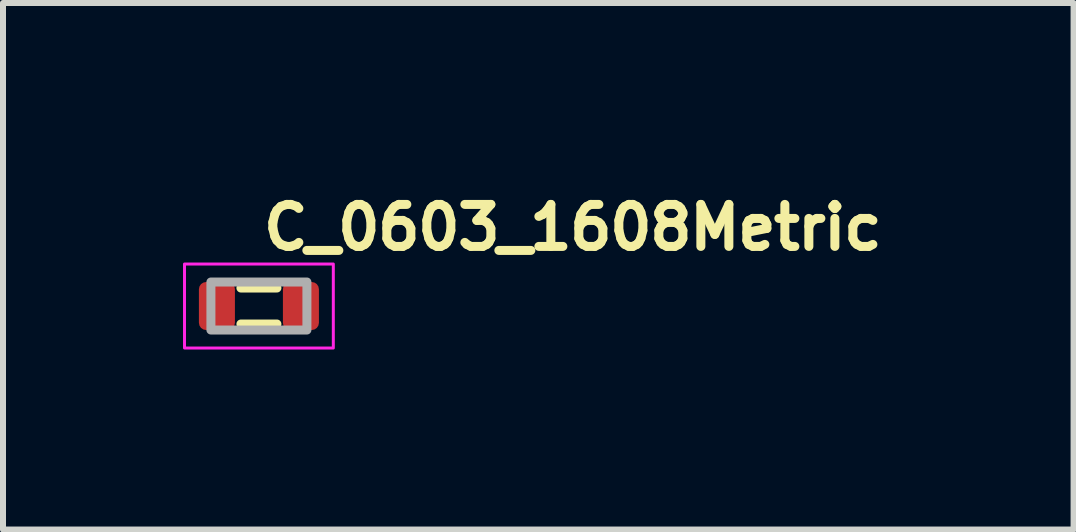
<source format=kicad_pcb>
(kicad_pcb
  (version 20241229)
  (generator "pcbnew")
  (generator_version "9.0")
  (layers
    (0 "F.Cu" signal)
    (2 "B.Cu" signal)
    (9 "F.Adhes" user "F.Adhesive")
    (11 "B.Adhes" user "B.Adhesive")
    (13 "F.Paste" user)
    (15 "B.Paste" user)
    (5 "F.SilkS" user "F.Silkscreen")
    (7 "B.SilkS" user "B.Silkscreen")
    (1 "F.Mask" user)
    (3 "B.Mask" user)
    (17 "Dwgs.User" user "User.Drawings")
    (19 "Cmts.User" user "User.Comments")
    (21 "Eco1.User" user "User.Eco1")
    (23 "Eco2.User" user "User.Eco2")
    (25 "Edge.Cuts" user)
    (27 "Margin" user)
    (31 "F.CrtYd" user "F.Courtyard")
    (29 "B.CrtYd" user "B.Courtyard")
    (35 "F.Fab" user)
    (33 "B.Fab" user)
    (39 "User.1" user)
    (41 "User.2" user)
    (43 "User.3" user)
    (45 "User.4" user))
  (footprint "C_0603_1608Metric"
    (layer "F.Cu")
    (at 1.265 2.05)
    (property "Reference" "C_0603_1608Metric" (at 0 -0.9 0) (layer "F.SilkS") (effects (font (size 0.7 0.7) (thickness 0.15)) (justify left bottom)))
    (attr smd)
    (fp_line (start -0.3 -0.3) (end 0.3 -0.3) (stroke (width 0.15) (type solid)) (layer "F.SilkS"))
    (fp_line (start -0.3 0.3) (end 0.3 0.3) (stroke (width 0.15) (type solid)) (layer "F.SilkS"))
    (fp_rect (start -1.24 -0.7) (end 1.24 0.7) (stroke (width 0.05) (type solid)) (fill no) (layer "F.CrtYd"))
    (fp_rect (start -0.8 -0.4) (end 0.8 0.4) (stroke (width 0.15) (type solid)) (fill no) (layer "F.Fab"))
    (fp_rect (start -0.8 -0.45) (end 0.8 0.45) (stroke (width 0.1) (type solid)) (fill no) (layer "User.5"))
    (fp_line (start -0.801 -0.434) (end -0.801 -0.434) (stroke (width 0.02) (type solid)) (layer "User.9"))
    (fp_line (start -0.801 -0.434) (end -0.801 0.432) (stroke (width 0.02) (type solid)) (layer "User.9"))
    (fp_line (start -0.801 -0.434) (end -0.8 -0.434) (stroke (width 0.02) (type solid)) (layer "User.9"))
    (fp_line (start -0.801 0.432) (end -0.801 0.432) (stroke (width 0.02) (type solid)) (layer "User.9"))
    (fp_line (start -0.801 0.432) (end -0.8 0.433) (stroke (width 0.02) (type solid)) (layer "User.9"))
    (fp_line (start -0.8 -0.44) (end -0.8 -0.439) (stroke (width 0.02) (type solid)) (layer "User.9"))
    (fp_line (start -0.8 -0.439) (end -0.8 -0.438) (stroke (width 0.02) (type solid)) (layer "User.9"))
    (fp_line (start -0.8 -0.438) (end -0.8 -0.438) (stroke (width 0.02) (type solid)) (layer "User.9"))
    (fp_line (start -0.8 -0.438) (end -0.8 -0.437) (stroke (width 0.02) (type solid)) (layer "User.9"))
    (fp_line (start -0.8 -0.437) (end -0.8 -0.436) (stroke (width 0.02) (type solid)) (layer "User.9"))
    (fp_line (start -0.8 -0.436) (end -0.8 -0.435) (stroke (width 0.02) (type solid)) (layer "User.9"))
    (fp_line (start -0.8 -0.435) (end -0.801 -0.434) (stroke (width 0.02) (type solid)) (layer "User.9"))
    (fp_line (start -0.8 -0.434) (end -0.8 -0.433) (stroke (width 0.02) (type solid)) (layer "User.9"))
    (fp_line (start -0.8 -0.433) (end -0.8 -0.432) (stroke (width 0.02) (type solid)) (layer "User.9"))
    (fp_line (start -0.8 -0.432) (end -0.8 -0.431) (stroke (width 0.02) (type solid)) (layer "User.9"))
    (fp_line (start -0.8 -0.431) (end -0.8 -0.431) (stroke (width 0.02) (type solid)) (layer "User.9"))
    (fp_line (start -0.8 -0.431) (end -0.8 -0.43) (stroke (width 0.02) (type solid)) (layer "User.9"))
    (fp_line (start -0.8 -0.43) (end -0.8 -0.429) (stroke (width 0.02) (type solid)) (layer "User.9"))
    (fp_line (start -0.8 -0.429) (end -0.799 -0.428) (stroke (width 0.02) (type solid)) (layer "User.9"))
    (fp_line (start -0.8 0.427) (end -0.8 0.428) (stroke (width 0.02) (type solid)) (layer "User.9"))
    (fp_line (start -0.8 0.428) (end -0.8 0.429) (stroke (width 0.02) (type solid)) (layer "User.9"))
    (fp_line (start -0.8 0.429) (end -0.8 0.429) (stroke (width 0.02) (type solid)) (layer "User.9"))
    (fp_line (start -0.8 0.429) (end -0.8 0.43) (stroke (width 0.02) (type solid)) (layer "User.9"))
    (fp_line (start -0.8 0.43) (end -0.8 0.431) (stroke (width 0.02) (type solid)) (layer "User.9"))
    (fp_line (start -0.8 0.431) (end -0.8 0.432) (stroke (width 0.02) (type solid)) (layer "User.9"))
    (fp_line (start -0.8 0.432) (end -0.801 0.432) (stroke (width 0.02) (type solid)) (layer "User.9"))
    (fp_line (start -0.8 0.433) (end -0.8 0.434) (stroke (width 0.02) (type solid)) (layer "User.9"))
    (fp_line (start -0.8 0.434) (end -0.8 0.435) (stroke (width 0.02) (type solid)) (layer "User.9"))
    (fp_line (start -0.8 0.435) (end -0.8 0.436) (stroke (width 0.02) (type solid)) (layer "User.9"))
    (fp_line (start -0.8 0.436) (end -0.8 0.436) (stroke (width 0.02) (type solid)) (layer "User.9"))
    (fp_line (start -0.8 0.436) (end -0.8 0.437) (stroke (width 0.02) (type solid)) (layer "User.9"))
    (fp_line (start -0.8 0.437) (end -0.8 0.438) (stroke (width 0.02) (type solid)) (layer "User.9"))
    (fp_line (start -0.8 0.438) (end -0.799 0.439) (stroke (width 0.02) (type solid)) (layer "User.9"))
    (fp_line (start -0.799 -0.442) (end -0.799 -0.441) (stroke (width 0.02) (type solid)) (layer "User.9"))
    (fp_line (start -0.799 -0.441) (end -0.8 -0.44) (stroke (width 0.02) (type solid)) (layer "User.9"))
    (fp_line (start -0.799 -0.441) (end -0.799 -0.441) (stroke (width 0.02) (type solid)) (layer "User.9"))
    (fp_line (start -0.799 -0.428) (end -0.799 -0.428) (stroke (width 0.02) (type solid)) (layer "User.9"))
    (fp_line (start -0.799 -0.428) (end -0.799 -0.427) (stroke (width 0.02) (type solid)) (layer "User.9"))
    (fp_line (start -0.799 -0.427) (end -0.798 -0.426) (stroke (width 0.02) (type solid)) (layer "User.9"))
    (fp_line (start -0.799 0.425) (end -0.799 0.426) (stroke (width 0.02) (type solid)) (layer "User.9"))
    (fp_line (start -0.799 0.426) (end -0.8 0.427) (stroke (width 0.02) (type solid)) (layer "User.9"))
    (fp_line (start -0.799 0.426) (end -0.799 0.426) (stroke (width 0.02) (type solid)) (layer "User.9"))
    (fp_line (start -0.799 0.439) (end -0.799 0.439) (stroke (width 0.02) (type solid)) (layer "User.9"))
    (fp_line (start -0.799 0.439) (end -0.799 0.44) (stroke (width 0.02) (type solid)) (layer "User.9"))
    (fp_line (start -0.799 0.44) (end -0.798 0.441) (stroke (width 0.02) (type solid)) (layer "User.9"))
    (fp_line (start -0.798 -0.443) (end -0.799 -0.442) (stroke (width 0.02) (type solid)) (layer "User.9"))
    (fp_line (start -0.798 -0.443) (end -0.798 -0.443) (stroke (width 0.02) (type solid)) (layer "User.9"))
    (fp_line (start -0.798 -0.426) (end -0.798 -0.426) (stroke (width 0.02) (type solid)) (layer "User.9"))
    (fp_line (start -0.798 -0.426) (end -0.797 -0.425) (stroke (width 0.02) (type solid)) (layer "User.9"))
    (fp_line (start -0.798 0.424) (end -0.799 0.425) (stroke (width 0.02) (type solid)) (layer "User.9"))
    (fp_line (start -0.798 0.424) (end -0.798 0.424) (stroke (width 0.02) (type solid)) (layer "User.9"))
    (fp_line (start -0.798 0.441) (end -0.798 0.441) (stroke (width 0.02) (type solid)) (layer "User.9"))
    (fp_line (start -0.798 0.441) (end -0.797 0.442) (stroke (width 0.02) (type solid)) (layer "User.9"))
    (fp_line (start -0.797 -0.445) (end -0.797 -0.444) (stroke (width 0.02) (type solid)) (layer "User.9"))
    (fp_line (start -0.797 -0.444) (end -0.798 -0.443) (stroke (width 0.02) (type solid)) (layer "User.9"))
    (fp_line (start -0.797 -0.425) (end -0.797 -0.424) (stroke (width 0.02) (type solid)) (layer "User.9"))
    (fp_line (start -0.797 -0.424) (end -0.796 -0.424) (stroke (width 0.02) (type solid)) (layer "User.9"))
    (fp_line (start -0.797 0.422) (end -0.797 0.423) (stroke (width 0.02) (type solid)) (layer "User.9"))
    (fp_line (start -0.797 0.423) (end -0.798 0.424) (stroke (width 0.02) (type solid)) (layer "User.9"))
    (fp_line (start -0.797 0.442) (end -0.797 0.443) (stroke (width 0.02) (type solid)) (layer "User.9"))
    (fp_line (start -0.797 0.443) (end -0.796 0.443) (stroke (width 0.02) (type solid)) (layer "User.9"))
    (fp_line (start -0.796 -0.446) (end -0.796 -0.445) (stroke (width 0.02) (type solid)) (layer "User.9"))
    (fp_line (start -0.796 -0.445) (end -0.797 -0.445) (stroke (width 0.02) (type solid)) (layer "User.9"))
    (fp_line (start -0.796 -0.424) (end -0.796 -0.423) (stroke (width 0.02) (type solid)) (layer "User.9"))
    (fp_line (start -0.796 -0.423) (end -0.795 -0.423) (stroke (width 0.02) (type solid)) (layer "User.9"))
    (fp_line (start -0.796 0.421) (end -0.796 0.422) (stroke (width 0.02) (type solid)) (layer "User.9"))
    (fp_line (start -0.796 0.422) (end -0.797 0.422) (stroke (width 0.02) (type solid)) (layer "User.9"))
    (fp_line (start -0.796 0.443) (end -0.796 0.444) (stroke (width 0.02) (type solid)) (layer "User.9"))
    (fp_line (start -0.796 0.444) (end -0.795 0.444) (stroke (width 0.02) (type solid)) (layer "User.9"))
    (fp_line (start -0.795 -0.447) (end -0.795 -0.446) (stroke (width 0.02) (type solid)) (layer "User.9"))
    (fp_line (start -0.795 -0.446) (end -0.796 -0.446) (stroke (width 0.02) (type solid)) (layer "User.9"))
    (fp_line (start -0.795 -0.423) (end -0.795 -0.422) (stroke (width 0.02) (type solid)) (layer "User.9"))
    (fp_line (start -0.795 -0.422) (end -0.794 -0.422) (stroke (width 0.02) (type solid)) (layer "User.9"))
    (fp_line (start -0.795 0.42) (end -0.795 0.421) (stroke (width 0.02) (type solid)) (layer "User.9"))
    (fp_line (start -0.795 0.421) (end -0.796 0.421) (stroke (width 0.02) (type solid)) (layer "User.9"))
    (fp_line (start -0.795 0.444) (end -0.795 0.445) (stroke (width 0.02) (type solid)) (layer "User.9"))
    (fp_line (start -0.795 0.445) (end -0.794 0.445) (stroke (width 0.02) (type solid)) (layer "User.9"))
    (fp_line (start -0.794 -0.447) (end -0.795 -0.447) (stroke (width 0.02) (type solid)) (layer "User.9"))
    (fp_line (start -0.794 -0.422) (end -0.793 -0.421) (stroke (width 0.02) (type solid)) (layer "User.9"))
    (fp_line (start -0.794 0.42) (end -0.795 0.42) (stroke (width 0.02) (type solid)) (layer "User.9"))
    (fp_line (start -0.794 0.445) (end -0.793 0.446) (stroke (width 0.02) (type solid)) (layer "User.9"))
    (fp_line (start -0.793 -0.448) (end -0.794 -0.447) (stroke (width 0.02) (type solid)) (layer "User.9"))
    (fp_line (start -0.793 -0.448) (end -0.793 -0.448) (stroke (width 0.02) (type solid)) (layer "User.9"))
    (fp_line (start -0.793 -0.421) (end -0.793 -0.421) (stroke (width 0.02) (type solid)) (layer "User.9"))
    (fp_line (start -0.793 -0.421) (end -0.792 -0.42) (stroke (width 0.02) (type solid)) (layer "User.9"))
    (fp_line (start -0.793 0.419) (end -0.794 0.42) (stroke (width 0.02) (type solid)) (layer "User.9"))
    (fp_line (start -0.793 0.419) (end -0.793 0.419) (stroke (width 0.02) (type solid)) (layer "User.9"))
    (fp_line (start -0.793 0.446) (end -0.793 0.446) (stroke (width 0.02) (type solid)) (layer "User.9"))
    (fp_line (start -0.793 0.446) (end -0.792 0.448) (stroke (width 0.02) (type solid)) (layer "User.9"))
    (fp_line (start -0.792 -0.45) (end -0.793 -0.448) (stroke (width 0.02) (type solid)) (layer "User.9"))
    (fp_line (start -0.792 -0.42) (end -0.791 -0.42) (stroke (width 0.02) (type solid)) (layer "User.9"))
    (fp_line (start -0.792 0.418) (end -0.793 0.419) (stroke (width 0.02) (type solid)) (layer "User.9"))
    (fp_line (start -0.792 0.448) (end -0.791 0.448) (stroke (width 0.02) (type solid)) (layer "User.9"))
    (fp_line (start -0.791 -0.45) (end -0.792 -0.45) (stroke (width 0.02) (type solid)) (layer "User.9"))
    (fp_line (start -0.791 -0.45) (end -0.791 -0.45) (stroke (width 0.02) (type solid)) (layer "User.9"))
    (fp_line (start -0.791 -0.42) (end -0.791 -0.42) (stroke (width 0.02) (type solid)) (layer "User.9"))
    (fp_line (start -0.791 -0.42) (end -0.79 -0.419) (stroke (width 0.02) (type solid)) (layer "User.9"))
    (fp_line (start -0.791 0.418) (end -0.792 0.418) (stroke (width 0.02) (type solid)) (layer "User.9"))
    (fp_line (start -0.791 0.418) (end -0.791 0.418) (stroke (width 0.02) (type solid)) (layer "User.9"))
    (fp_line (start -0.791 0.448) (end -0.791 0.448) (stroke (width 0.02) (type solid)) (layer "User.9"))
    (fp_line (start -0.791 0.448) (end -0.79 0.449) (stroke (width 0.02) (type solid)) (layer "User.9"))
    (fp_line (start -0.79 -0.451) (end -0.791 -0.45) (stroke (width 0.02) (type solid)) (layer "User.9"))
    (fp_line (start -0.79 -0.419) (end -0.789 -0.419) (stroke (width 0.02) (type solid)) (layer "User.9"))
    (fp_line (start -0.79 0.417) (end -0.791 0.418) (stroke (width 0.02) (type solid)) (layer "User.9"))
    (fp_line (start -0.79 0.449) (end -0.789 0.449) (stroke (width 0.02) (type solid)) (layer "User.9"))
    (fp_line (start -0.789 -0.451) (end -0.79 -0.451) (stroke (width 0.02) (type solid)) (layer "User.9"))
    (fp_line (start -0.789 -0.419) (end -0.788 -0.419) (stroke (width 0.02) (type solid)) (layer "User.9"))
    (fp_line (start -0.789 0.417) (end -0.79 0.417) (stroke (width 0.02) (type solid)) (layer "User.9"))
    (fp_line (start -0.789 0.449) (end -0.788 0.449) (stroke (width 0.02) (type solid)) (layer "User.9"))
    (fp_line (start -0.788 -0.451) (end -0.789 -0.451) (stroke (width 0.02) (type solid)) (layer "User.9"))
    (fp_line (start -0.788 -0.451) (end -0.788 -0.451) (stroke (width 0.02) (type solid)) (layer "User.9"))
    (fp_line (start -0.788 -0.419) (end -0.788 -0.419) (stroke (width 0.02) (type solid)) (layer "User.9"))
    (fp_line (start -0.788 -0.419) (end -0.787 -0.419) (stroke (width 0.02) (type solid)) (layer "User.9"))
    (fp_line (start -0.788 0.417) (end -0.789 0.417) (stroke (width 0.02) (type solid)) (layer "User.9"))
    (fp_line (start -0.788 0.417) (end -0.788 0.417) (stroke (width 0.02) (type solid)) (layer "User.9"))
    (fp_line (start -0.788 0.449) (end -0.788 0.449) (stroke (width 0.02) (type solid)) (layer "User.9"))
    (fp_line (start -0.788 0.449) (end -0.787 0.449) (stroke (width 0.02) (type solid)) (layer "User.9"))
    (fp_line (start -0.787 -0.451) (end -0.788 -0.451) (stroke (width 0.02) (type solid)) (layer "User.9"))
    (fp_line (start -0.787 -0.419) (end -0.786 -0.419) (stroke (width 0.02) (type solid)) (layer "User.9"))
    (fp_line (start -0.787 0.417) (end -0.788 0.417) (stroke (width 0.02) (type solid)) (layer "User.9"))
    (fp_line (start -0.787 0.449) (end -0.786 0.449) (stroke (width 0.02) (type solid)) (layer "User.9"))
    (fp_line (start -0.786 -0.451) (end -0.787 -0.451) (stroke (width 0.02) (type solid)) (layer "User.9"))
    (fp_line (start -0.786 -0.419) (end -0.785 -0.419) (stroke (width 0.02) (type solid)) (layer "User.9"))
    (fp_line (start -0.786 0.417) (end -0.787 0.417) (stroke (width 0.02) (type solid)) (layer "User.9"))
    (fp_line (start -0.786 0.449) (end -0.785 0.449) (stroke (width 0.02) (type solid)) (layer "User.9"))
    (fp_line (start -0.785 -0.452) (end -0.785 -0.452) (stroke (width 0.02) (type solid)) (layer "User.9"))
    (fp_line (start -0.785 -0.452) (end -0.785 -0.451) (stroke (width 0.02) (type solid)) (layer "User.9"))
    (fp_line (start -0.785 -0.451) (end -0.786 -0.451) (stroke (width 0.02) (type solid)) (layer "User.9"))
    (fp_line (start -0.785 -0.419) (end -0.785 -0.418) (stroke (width 0.02) (type solid)) (layer "User.9"))
    (fp_line (start -0.785 -0.418) (end -0.785 -0.418) (stroke (width 0.02) (type solid)) (layer "User.9"))
    (fp_line (start -0.785 -0.418) (end -0.784 -0.419) (stroke (width 0.02) (type solid)) (layer "User.9"))
    (fp_line (start -0.785 0.416) (end -0.785 0.416) (stroke (width 0.02) (type solid)) (layer "User.9"))
    (fp_line (start -0.785 0.416) (end -0.785 0.417) (stroke (width 0.02) (type solid)) (layer "User.9"))
    (fp_line (start -0.785 0.417) (end -0.786 0.417) (stroke (width 0.02) (type solid)) (layer "User.9"))
    (fp_line (start -0.785 0.449) (end -0.785 0.45) (stroke (width 0.02) (type solid)) (layer "User.9"))
    (fp_line (start -0.785 0.45) (end -0.785 0.45) (stroke (width 0.02) (type solid)) (layer "User.9"))
    (fp_line (start -0.785 0.45) (end -0.784 0.449) (stroke (width 0.02) (type solid)) (layer "User.9"))
    (fp_line (start -0.784 -0.451) (end -0.785 -0.452) (stroke (width 0.02) (type solid)) (layer "User.9"))
    (fp_line (start -0.784 -0.419) (end -0.783 -0.419) (stroke (width 0.02) (type solid)) (layer "User.9"))
    (fp_line (start -0.784 0.417) (end -0.785 0.416) (stroke (width 0.02) (type solid)) (layer "User.9"))
    (fp_line (start -0.784 0.449) (end -0.783 0.449) (stroke (width 0.02) (type solid)) (layer "User.9"))
    (fp_line (start -0.783 -0.451) (end -0.784 -0.451) (stroke (width 0.02) (type solid)) (layer "User.9"))
    (fp_line (start -0.783 -0.419) (end -0.782 -0.419) (stroke (width 0.02) (type solid)) (layer "User.9"))
    (fp_line (start -0.783 0.417) (end -0.784 0.417) (stroke (width 0.02) (type solid)) (layer "User.9"))
    (fp_line (start -0.783 0.449) (end -0.782 0.449) (stroke (width 0.02) (type solid)) (layer "User.9"))
    (fp_line (start -0.782 -0.451) (end -0.783 -0.451) (stroke (width 0.02) (type solid)) (layer "User.9"))
    (fp_line (start -0.782 -0.419) (end -0.781 -0.419) (stroke (width 0.02) (type solid)) (layer "User.9"))
    (fp_line (start -0.782 0.417) (end -0.783 0.417) (stroke (width 0.02) (type solid)) (layer "User.9"))
    (fp_line (start -0.782 0.449) (end -0.781 0.449) (stroke (width 0.02) (type solid)) (layer "User.9"))
    (fp_line (start -0.781 -0.451) (end -0.782 -0.451) (stroke (width 0.02) (type solid)) (layer "User.9"))
    (fp_line (start -0.781 -0.451) (end -0.781 -0.451) (stroke (width 0.02) (type solid)) (layer "User.9"))
    (fp_line (start -0.781 -0.419) (end -0.781 -0.419) (stroke (width 0.02) (type solid)) (layer "User.9"))
    (fp_line (start -0.781 -0.419) (end -0.78 -0.419) (stroke (width 0.02) (type solid)) (layer "User.9"))
    (fp_line (start -0.781 0.417) (end -0.782 0.417) (stroke (width 0.02) (type solid)) (layer "User.9"))
    (fp_line (start -0.781 0.417) (end -0.781 0.417) (stroke (width 0.02) (type solid)) (layer "User.9"))
    (fp_line (start -0.781 0.449) (end -0.781 0.449) (stroke (width 0.02) (type solid)) (layer "User.9"))
    (fp_line (start -0.781 0.449) (end -0.78 0.449) (stroke (width 0.02) (type solid)) (layer "User.9"))
    (fp_line (start -0.78 -0.451) (end -0.781 -0.451) (stroke (width 0.02) (type solid)) (layer "User.9"))
    (fp_line (start -0.78 -0.419) (end -0.779 -0.419) (stroke (width 0.02) (type solid)) (layer "User.9"))
    (fp_line (start -0.78 0.417) (end -0.781 0.417) (stroke (width 0.02) (type solid)) (layer "User.9"))
    (fp_line (start -0.78 0.449) (end -0.779 0.449) (stroke (width 0.02) (type solid)) (layer "User.9"))
    (fp_line (start -0.779 -0.451) (end -0.78 -0.451) (stroke (width 0.02) (type solid)) (layer "User.9"))
    (fp_line (start -0.779 -0.419) (end -0.778 -0.42) (stroke (width 0.02) (type solid)) (layer "User.9"))
    (fp_line (start -0.779 0.417) (end -0.78 0.417) (stroke (width 0.02) (type solid)) (layer "User.9"))
    (fp_line (start -0.779 0.449) (end -0.778 0.448) (stroke (width 0.02) (type solid)) (layer "User.9"))
    (fp_line (start -0.778 -0.45) (end -0.779 -0.451) (stroke (width 0.02) (type solid)) (layer "User.9"))
    (fp_line (start -0.778 -0.45) (end -0.778 -0.45) (stroke (width 0.02) (type solid)) (layer "User.9"))
    (fp_line (start -0.778 -0.42) (end -0.778 -0.42) (stroke (width 0.02) (type solid)) (layer "User.9"))
    (fp_line (start -0.778 -0.42) (end -0.777 -0.42) (stroke (width 0.02) (type solid)) (layer "User.9"))
    (fp_line (start -0.778 0.418) (end -0.779 0.417) (stroke (width 0.02) (type solid)) (layer "User.9"))
    (fp_line (start -0.778 0.418) (end -0.778 0.418) (stroke (width 0.02) (type solid)) (layer "User.9"))
    (fp_line (start -0.778 0.448) (end -0.778 0.448) (stroke (width 0.02) (type solid)) (layer "User.9"))
    (fp_line (start -0.778 0.448) (end -0.777 0.448) (stroke (width 0.02) (type solid)) (layer "User.9"))
    (fp_line (start -0.777 -0.45) (end -0.778 -0.45) (stroke (width 0.02) (type solid)) (layer "User.9"))
    (fp_line (start -0.777 -0.42) (end -0.776 -0.421) (stroke (width 0.02) (type solid)) (layer "User.9"))
    (fp_line (start -0.777 0.418) (end -0.778 0.418) (stroke (width 0.02) (type solid)) (layer "User.9"))
    (fp_line (start -0.777 0.448) (end -0.776 0.446) (stroke (width 0.02) (type solid)) (layer "User.9"))
    (fp_line (start -0.776 -0.448) (end -0.777 -0.45) (stroke (width 0.02) (type solid)) (layer "User.9"))
    (fp_line (start -0.776 -0.448) (end -0.776 -0.448) (stroke (width 0.02) (type solid)) (layer "User.9"))
    (fp_line (start -0.776 -0.421) (end -0.776 -0.421) (stroke (width 0.02) (type solid)) (layer "User.9"))
    (fp_line (start -0.776 -0.421) (end -0.775 -0.422) (stroke (width 0.02) (type solid)) (layer "User.9"))
    (fp_line (start -0.776 0.419) (end -0.777 0.418) (stroke (width 0.02) (type solid)) (layer "User.9"))
    (fp_line (start -0.776 0.419) (end -0.776 0.419) (stroke (width 0.02) (type solid)) (layer "User.9"))
    (fp_line (start -0.776 0.446) (end -0.776 0.446) (stroke (width 0.02) (type solid)) (layer "User.9"))
    (fp_line (start -0.776 0.446) (end -0.775 0.445) (stroke (width 0.02) (type solid)) (layer "User.9"))
    (fp_line (start -0.775 -0.447) (end -0.776 -0.448) (stroke (width 0.02) (type solid)) (layer "User.9"))
    (fp_line (start -0.775 -0.422) (end -0.774 -0.422) (stroke (width 0.02) (type solid)) (layer "User.9"))
    (fp_line (start -0.775 0.42) (end -0.776 0.419) (stroke (width 0.02) (type solid)) (layer "User.9"))
    (fp_line (start -0.775 0.445) (end -0.774 0.445) (stroke (width 0.02) (type solid)) (layer "User.9"))
    (fp_line (start -0.774 -0.447) (end -0.775 -0.447) (stroke (width 0.02) (type solid)) (layer "User.9"))
    (fp_line (start -0.774 -0.446) (end -0.774 -0.447) (stroke (width 0.02) (type solid)) (layer "User.9"))
    (fp_line (start -0.774 -0.423) (end -0.773 -0.423) (stroke (width 0.02) (type solid)) (layer "User.9"))
    (fp_line (start -0.774 -0.422) (end -0.774 -0.423) (stroke (width 0.02) (type solid)) (layer "User.9"))
    (fp_line (start -0.774 0.42) (end -0.775 0.42) (stroke (width 0.02) (type solid)) (layer "User.9"))
    (fp_line (start -0.774 0.421) (end -0.774 0.42) (stroke (width 0.02) (type solid)) (layer "User.9"))
    (fp_line (start -0.774 0.444) (end -0.773 0.444) (stroke (width 0.02) (type solid)) (layer "User.9"))
    (fp_line (start -0.774 0.445) (end -0.774 0.444) (stroke (width 0.02) (type solid)) (layer "User.9"))
    (fp_line (start -0.773 -0.446) (end -0.774 -0.446) (stroke (width 0.02) (type solid)) (layer "User.9"))
    (fp_line (start -0.773 -0.445) (end -0.773 -0.446) (stroke (width 0.02) (type solid)) (layer "User.9"))
    (fp_line (start -0.773 -0.424) (end -0.772 -0.424) (stroke (width 0.02) (type solid)) (layer "User.9"))
    (fp_line (start -0.773 -0.423) (end -0.773 -0.424) (stroke (width 0.02) (type solid)) (layer "User.9"))
    (fp_line (start -0.773 0.421) (end -0.774 0.421) (stroke (width 0.02) (type solid)) (layer "User.9"))
    (fp_line (start -0.773 0.422) (end -0.773 0.421) (stroke (width 0.02) (type solid)) (layer "User.9"))
    (fp_line (start -0.773 0.443) (end -0.772 0.443) (stroke (width 0.02) (type solid)) (layer "User.9"))
    (fp_line (start -0.773 0.444) (end -0.773 0.443) (stroke (width 0.02) (type solid)) (layer "User.9"))
    (fp_line (start -0.772 -0.445) (end -0.773 -0.445) (stroke (width 0.02) (type solid)) (layer "User.9"))
    (fp_line (start -0.772 -0.444) (end -0.772 -0.445) (stroke (width 0.02) (type solid)) (layer "User.9"))
    (fp_line (start -0.772 -0.425) (end -0.771 -0.426) (stroke (width 0.02) (type solid)) (layer "User.9"))
    (fp_line (start -0.772 -0.424) (end -0.772 -0.425) (stroke (width 0.02) (type solid)) (layer "User.9"))
    (fp_line (start -0.772 0.422) (end -0.773 0.422) (stroke (width 0.02) (type solid)) (layer "User.9"))
    (fp_line (start -0.772 0.423) (end -0.772 0.422) (stroke (width 0.02) (type solid)) (layer "User.9"))
    (fp_line (start -0.772 0.442) (end -0.771 0.441) (stroke (width 0.02) (type solid)) (layer "User.9"))
    (fp_line (start -0.772 0.443) (end -0.772 0.442) (stroke (width 0.02) (type solid)) (layer "User.9"))
    (fp_line (start -0.771 -0.443) (end -0.772 -0.444) (stroke (width 0.02) (type solid)) (layer "User.9"))
    (fp_line (start -0.771 -0.443) (end -0.771 -0.443) (stroke (width 0.02) (type solid)) (layer "User.9"))
    (fp_line (start -0.771 -0.426) (end -0.771 -0.426) (stroke (width 0.02) (type solid)) (layer "User.9"))
    (fp_line (start -0.771 -0.426) (end -0.77 -0.427) (stroke (width 0.02) (type solid)) (layer "User.9"))
    (fp_line (start -0.771 0.424) (end -0.772 0.423) (stroke (width 0.02) (type solid)) (layer "User.9"))
    (fp_line (start -0.771 0.424) (end -0.771 0.424) (stroke (width 0.02) (type solid)) (layer "User.9"))
    (fp_line (start -0.771 0.441) (end -0.771 0.441) (stroke (width 0.02) (type solid)) (layer "User.9"))
    (fp_line (start -0.771 0.441) (end -0.77 0.44) (stroke (width 0.02) (type solid)) (layer "User.9"))
    (fp_line (start -0.77 -0.442) (end -0.771 -0.443) (stroke (width 0.02) (type solid)) (layer "User.9"))
    (fp_line (start -0.77 -0.441) (end -0.77 -0.442) (stroke (width 0.02) (type solid)) (layer "User.9"))
    (fp_line (start -0.77 -0.441) (end -0.77 -0.441) (stroke (width 0.02) (type solid)) (layer "User.9"))
    (fp_line (start -0.77 -0.428) (end -0.77 -0.428) (stroke (width 0.02) (type solid)) (layer "User.9"))
    (fp_line (start -0.77 -0.428) (end -0.769 -0.429) (stroke (width 0.02) (type solid)) (layer "User.9"))
    (fp_line (start -0.77 -0.427) (end -0.77 -0.428) (stroke (width 0.02) (type solid)) (layer "User.9"))
    (fp_line (start -0.77 0.425) (end -0.771 0.424) (stroke (width 0.02) (type solid)) (layer "User.9"))
    (fp_line (start -0.77 0.426) (end -0.77 0.425) (stroke (width 0.02) (type solid)) (layer "User.9"))
    (fp_line (start -0.77 0.426) (end -0.77 0.426) (stroke (width 0.02) (type solid)) (layer "User.9"))
    (fp_line (start -0.77 0.439) (end -0.77 0.439) (stroke (width 0.02) (type solid)) (layer "User.9"))
    (fp_line (start -0.77 0.439) (end -0.769 0.438) (stroke (width 0.02) (type solid)) (layer "User.9"))
    (fp_line (start -0.77 0.44) (end -0.77 0.439) (stroke (width 0.02) (type solid)) (layer "User.9"))
    (fp_line (start -0.769 -0.44) (end -0.77 -0.441) (stroke (width 0.02) (type solid)) (layer "User.9"))
    (fp_line (start -0.769 -0.439) (end -0.769 -0.44) (stroke (width 0.02) (type solid)) (layer "User.9"))
    (fp_line (start -0.769 -0.438) (end -0.769 -0.439) (stroke (width 0.02) (type solid)) (layer "User.9"))
    (fp_line (start -0.769 -0.438) (end -0.769 -0.438) (stroke (width 0.02) (type solid)) (layer "User.9"))
    (fp_line (start -0.769 -0.437) (end -0.769 -0.438) (stroke (width 0.02) (type solid)) (layer "User.9"))
    (fp_line (start -0.769 -0.436) (end -0.769 -0.437) (stroke (width 0.02) (type solid)) (layer "User.9"))
    (fp_line (start -0.769 -0.435) (end -0.769 -0.436) (stroke (width 0.02) (type solid)) (layer "User.9"))
    (fp_line (start -0.769 -0.434) (end -0.767 -0.434) (stroke (width 0.02) (type solid)) (layer "User.9"))
    (fp_line (start -0.769 -0.433) (end -0.769 -0.434) (stroke (width 0.02) (type solid)) (layer "User.9"))
    (fp_line (start -0.769 -0.432) (end -0.769 -0.433) (stroke (width 0.02) (type solid)) (layer "User.9"))
    (fp_line (start -0.769 -0.431) (end -0.769 -0.432) (stroke (width 0.02) (type solid)) (layer "User.9"))
    (fp_line (start -0.769 -0.431) (end -0.769 -0.431) (stroke (width 0.02) (type solid)) (layer "User.9"))
    (fp_line (start -0.769 -0.43) (end -0.769 -0.431) (stroke (width 0.02) (type solid)) (layer "User.9"))
    (fp_line (start -0.769 -0.429) (end -0.769 -0.43) (stroke (width 0.02) (type solid)) (layer "User.9"))
    (fp_line (start -0.769 0.427) (end -0.77 0.426) (stroke (width 0.02) (type solid)) (layer "User.9"))
    (fp_line (start -0.769 0.428) (end -0.769 0.427) (stroke (width 0.02) (type solid)) (layer "User.9"))
    (fp_line (start -0.769 0.429) (end -0.769 0.428) (stroke (width 0.02) (type solid)) (layer "User.9"))
    (fp_line (start -0.769 0.429) (end -0.769 0.429) (stroke (width 0.02) (type solid)) (layer "User.9"))
    (fp_line (start -0.769 0.43) (end -0.769 0.429) (stroke (width 0.02) (type solid)) (layer "User.9"))
    (fp_line (start -0.769 0.431) (end -0.769 0.43) (stroke (width 0.02) (type solid)) (layer "User.9"))
    (fp_line (start -0.769 0.432) (end -0.769 0.431) (stroke (width 0.02) (type solid)) (layer "User.9"))
    (fp_line (start -0.769 0.433) (end -0.767 0.432) (stroke (width 0.02) (type solid)) (layer "User.9"))
    (fp_line (start -0.769 0.434) (end -0.769 0.433) (stroke (width 0.02) (type solid)) (layer "User.9"))
    (fp_line (start -0.769 0.435) (end -0.769 0.434) (stroke (width 0.02) (type solid)) (layer "User.9"))
    (fp_line (start -0.769 0.436) (end -0.769 0.435) (stroke (width 0.02) (type solid)) (layer "User.9"))
    (fp_line (start -0.769 0.436) (end -0.769 0.436) (stroke (width 0.02) (type solid)) (layer "User.9"))
    (fp_line (start -0.769 0.437) (end -0.769 0.436) (stroke (width 0.02) (type solid)) (layer "User.9"))
    (fp_line (start -0.769 0.438) (end -0.769 0.437) (stroke (width 0.02) (type solid)) (layer "User.9"))
    (fp_line (start -0.767 -0.434) (end -0.769 -0.435) (stroke (width 0.02) (type solid)) (layer "User.9"))
    (fp_line (start -0.767 -0.434) (end -0.767 -0.434) (stroke (width 0.02) (type solid)) (layer "User.9"))
    (fp_line (start -0.767 -0.434) (end -0.767 -0.434) (stroke (width 0.02) (type solid)) (layer "User.9"))
    (fp_line (start -0.767 0.432) (end -0.769 0.432) (stroke (width 0.02) (type solid)) (layer "User.9"))
    (fp_line (start -0.767 0.432) (end -0.767 0.432) (stroke (width 0.02) (type solid)) (layer "User.9"))
    (fp_line (start -0.767 0.432) (end -0.767 0.432) (stroke (width 0.02) (type solid)) (layer "User.9"))
    (fp_line (start -0.451 -0.452) (end -0.785 -0.452) (stroke (width 0.02) (type solid)) (layer "User.9"))
    (fp_line (start -0.451 -0.452) (end -0.451 -0.434) (stroke (width 0.02) (type solid)) (layer "User.9"))
    (fp_line (start -0.451 -0.434) (end -0.451 0.432) (stroke (width 0.02) (type solid)) (layer "User.9"))
    (fp_line (start -0.451 0.432) (end -0.451 0.45) (stroke (width 0.02) (type solid)) (layer "User.9"))
    (fp_line (start -0.451 0.443) (end 0.451 0.443) (stroke (width 0.02) (type solid)) (layer "User.9"))
    (fp_line (start -0.451 0.45) (end -0.785 0.45) (stroke (width 0.02) (type solid)) (layer "User.9"))
    (fp_line (start 0.451 -0.452) (end 0.785 -0.452) (stroke (width 0.02) (type solid)) (layer "User.9"))
    (fp_line (start 0.451 -0.446) (end -0.451 -0.446) (stroke (width 0.02) (type solid)) (layer "User.9"))
    (fp_line (start 0.451 -0.434) (end 0.451 -0.452) (stroke (width 0.02) (type solid)) (layer "User.9"))
    (fp_line (start 0.451 0.432) (end 0.451 -0.434) (stroke (width 0.02) (type solid)) (layer "User.9"))
    (fp_line (start 0.451 0.45) (end 0.451 0.432) (stroke (width 0.02) (type solid)) (layer "User.9"))
    (fp_line (start 0.451 0.45) (end 0.785 0.45) (stroke (width 0.02) (type solid)) (layer "User.9"))
    (fp_line (start 0.769 -0.44) (end 0.769 -0.439) (stroke (width 0.02) (type solid)) (layer "User.9"))
    (fp_line (start 0.769 -0.439) (end 0.769 -0.438) (stroke (width 0.02) (type solid)) (layer "User.9"))
    (fp_line (start 0.769 -0.438) (end 0.769 -0.438) (stroke (width 0.02) (type solid)) (layer "User.9"))
    (fp_line (start 0.769 -0.438) (end 0.769 -0.437) (stroke (width 0.02) (type solid)) (layer "User.9"))
    (fp_line (start 0.769 -0.437) (end 0.769 -0.436) (stroke (width 0.02) (type solid)) (layer "User.9"))
    (fp_line (start 0.769 -0.436) (end 0.769 -0.435) (stroke (width 0.02) (type solid)) (layer "User.9"))
    (fp_line (start 0.769 -0.435) (end 0.769 -0.434) (stroke (width 0.02) (type solid)) (layer "User.9"))
    (fp_line (start 0.769 -0.434) (end 0.769 -0.434) (stroke (width 0.02) (type solid)) (layer "User.9"))
    (fp_line (start 0.769 -0.434) (end 0.769 -0.434) (stroke (width 0.02) (type solid)) (layer "User.9"))
    (fp_line (start 0.769 -0.434) (end 0.769 -0.433) (stroke (width 0.02) (type solid)) (layer "User.9"))
    (fp_line (start 0.769 -0.433) (end 0.769 -0.432) (stroke (width 0.02) (type solid)) (layer "User.9"))
    (fp_line (start 0.769 -0.432) (end 0.769 -0.431) (stroke (width 0.02) (type solid)) (layer "User.9"))
    (fp_line (start 0.769 -0.431) (end 0.769 -0.431) (stroke (width 0.02) (type solid)) (layer "User.9"))
    (fp_line (start 0.769 -0.431) (end 0.769 -0.43) (stroke (width 0.02) (type solid)) (layer "User.9"))
    (fp_line (start 0.769 -0.43) (end 0.769 -0.429) (stroke (width 0.02) (type solid)) (layer "User.9"))
    (fp_line (start 0.769 -0.429) (end 0.77 -0.428) (stroke (width 0.02) (type solid)) (layer "User.9"))
    (fp_line (start 0.769 0.427) (end 0.769 0.428) (stroke (width 0.02) (type solid)) (layer "User.9"))
    (fp_line (start 0.769 0.428) (end 0.769 0.429) (stroke (width 0.02) (type solid)) (layer "User.9"))
    (fp_line (start 0.769 0.429) (end 0.769 0.429) (stroke (width 0.02) (type solid)) (layer "User.9"))
    (fp_line (start 0.769 0.429) (end 0.769 0.43) (stroke (width 0.02) (type solid)) (layer "User.9"))
    (fp_line (start 0.769 0.43) (end 0.769 0.431) (stroke (width 0.02) (type solid)) (layer "User.9"))
    (fp_line (start 0.769 0.431) (end 0.769 0.432) (stroke (width 0.02) (type solid)) (layer "User.9"))
    (fp_line (start 0.769 0.432) (end 0.769 0.432) (stroke (width 0.02) (type solid)) (layer "User.9"))
    (fp_line (start 0.769 0.432) (end 0.769 0.432) (stroke (width 0.02) (type solid)) (layer "User.9"))
    (fp_line (start 0.769 0.432) (end 0.769 0.433) (stroke (width 0.02) (type solid)) (layer "User.9"))
    (fp_line (start 0.769 0.433) (end 0.769 0.434) (stroke (width 0.02) (type solid)) (layer "User.9"))
    (fp_line (start 0.769 0.434) (end 0.769 0.435) (stroke (width 0.02) (type solid)) (layer "User.9"))
    (fp_line (start 0.769 0.435) (end 0.769 0.436) (stroke (width 0.02) (type solid)) (layer "User.9"))
    (fp_line (start 0.769 0.436) (end 0.769 0.436) (stroke (width 0.02) (type solid)) (layer "User.9"))
    (fp_line (start 0.769 0.436) (end 0.769 0.437) (stroke (width 0.02) (type solid)) (layer "User.9"))
    (fp_line (start 0.769 0.437) (end 0.769 0.438) (stroke (width 0.02) (type solid)) (layer "User.9"))
    (fp_line (start 0.769 0.438) (end 0.77 0.439) (stroke (width 0.02) (type solid)) (layer "User.9"))
    (fp_line (start 0.77 -0.442) (end 0.77 -0.441) (stroke (width 0.02) (type solid)) (layer "User.9"))
    (fp_line (start 0.77 -0.441) (end 0.769 -0.44) (stroke (width 0.02) (type solid)) (layer "User.9"))
    (fp_line (start 0.77 -0.441) (end 0.77 -0.441) (stroke (width 0.02) (type solid)) (layer "User.9"))
    (fp_line (start 0.77 -0.428) (end 0.77 -0.428) (stroke (width 0.02) (type solid)) (layer "User.9"))
    (fp_line (start 0.77 -0.428) (end 0.77 -0.427) (stroke (width 0.02) (type solid)) (layer "User.9"))
    (fp_line (start 0.77 -0.427) (end 0.771 -0.426) (stroke (width 0.02) (type solid)) (layer "User.9"))
    (fp_line (start 0.77 0.425) (end 0.77 0.426) (stroke (width 0.02) (type solid)) (layer "User.9"))
    (fp_line (start 0.77 0.426) (end 0.769 0.427) (stroke (width 0.02) (type solid)) (layer "User.9"))
    (fp_line (start 0.77 0.426) (end 0.77 0.426) (stroke (width 0.02) (type solid)) (layer "User.9"))
    (fp_line (start 0.77 0.439) (end 0.77 0.439) (stroke (width 0.02) (type solid)) (layer "User.9"))
    (fp_line (start 0.77 0.439) (end 0.77 0.44) (stroke (width 0.02) (type solid)) (layer "User.9"))
    (fp_line (start 0.77 0.44) (end 0.771 0.441) (stroke (width 0.02) (type solid)) (layer "User.9"))
    (fp_line (start 0.771 -0.443) (end 0.77 -0.442) (stroke (width 0.02) (type solid)) (layer "User.9"))
    (fp_line (start 0.771 -0.443) (end 0.771 -0.443) (stroke (width 0.02) (type solid)) (layer "User.9"))
    (fp_line (start 0.771 -0.426) (end 0.771 -0.426) (stroke (width 0.02) (type solid)) (layer "User.9"))
    (fp_line (start 0.771 -0.426) (end 0.772 -0.425) (stroke (width 0.02) (type solid)) (layer "User.9"))
    (fp_line (start 0.771 0.424) (end 0.77 0.425) (stroke (width 0.02) (type solid)) (layer "User.9"))
    (fp_line (start 0.771 0.424) (end 0.771 0.424) (stroke (width 0.02) (type solid)) (layer "User.9"))
    (fp_line (start 0.771 0.441) (end 0.771 0.441) (stroke (width 0.02) (type solid)) (layer "User.9"))
    (fp_line (start 0.771 0.441) (end 0.772 0.442) (stroke (width 0.02) (type solid)) (layer "User.9"))
    (fp_line (start 0.772 -0.445) (end 0.772 -0.444) (stroke (width 0.02) (type solid)) (layer "User.9"))
    (fp_line (start 0.772 -0.444) (end 0.771 -0.443) (stroke (width 0.02) (type solid)) (layer "User.9"))
    (fp_line (start 0.772 -0.425) (end 0.772 -0.424) (stroke (width 0.02) (type solid)) (layer "User.9"))
    (fp_line (start 0.772 -0.424) (end 0.773 -0.424) (stroke (width 0.02) (type solid)) (layer "User.9"))
    (fp_line (start 0.772 0.422) (end 0.772 0.423) (stroke (width 0.02) (type solid)) (layer "User.9"))
    (fp_line (start 0.772 0.423) (end 0.771 0.424) (stroke (width 0.02) (type solid)) (layer "User.9"))
    (fp_line (start 0.772 0.442) (end 0.772 0.443) (stroke (width 0.02) (type solid)) (layer "User.9"))
    (fp_line (start 0.772 0.443) (end 0.773 0.443) (stroke (width 0.02) (type solid)) (layer "User.9"))
    (fp_line (start 0.773 -0.446) (end 0.773 -0.445) (stroke (width 0.02) (type solid)) (layer "User.9"))
    (fp_line (start 0.773 -0.445) (end 0.772 -0.445) (stroke (width 0.02) (type solid)) (layer "User.9"))
    (fp_line (start 0.773 -0.424) (end 0.773 -0.423) (stroke (width 0.02) (type solid)) (layer "User.9"))
    (fp_line (start 0.773 -0.423) (end 0.774 -0.423) (stroke (width 0.02) (type solid)) (layer "User.9"))
    (fp_line (start 0.773 0.421) (end 0.773 0.422) (stroke (width 0.02) (type solid)) (layer "User.9"))
    (fp_line (start 0.773 0.422) (end 0.772 0.422) (stroke (width 0.02) (type solid)) (layer "User.9"))
    (fp_line (start 0.773 0.443) (end 0.773 0.444) (stroke (width 0.02) (type solid)) (layer "User.9"))
    (fp_line (start 0.773 0.444) (end 0.774 0.444) (stroke (width 0.02) (type solid)) (layer "User.9"))
    (fp_line (start 0.774 -0.447) (end 0.774 -0.446) (stroke (width 0.02) (type solid)) (layer "User.9"))
    (fp_line (start 0.774 -0.446) (end 0.773 -0.446) (stroke (width 0.02) (type solid)) (layer "User.9"))
    (fp_line (start 0.774 -0.423) (end 0.774 -0.422) (stroke (width 0.02) (type solid)) (layer "User.9"))
    (fp_line (start 0.774 -0.422) (end 0.775 -0.422) (stroke (width 0.02) (type solid)) (layer "User.9"))
    (fp_line (start 0.774 0.42) (end 0.774 0.421) (stroke (width 0.02) (type solid)) (layer "User.9"))
    (fp_line (start 0.774 0.421) (end 0.773 0.421) (stroke (width 0.02) (type solid)) (layer "User.9"))
    (fp_line (start 0.774 0.444) (end 0.774 0.445) (stroke (width 0.02) (type solid)) (layer "User.9"))
    (fp_line (start 0.774 0.445) (end 0.775 0.445) (stroke (width 0.02) (type solid)) (layer "User.9"))
    (fp_line (start 0.775 -0.447) (end 0.774 -0.447) (stroke (width 0.02) (type solid)) (layer "User.9"))
    (fp_line (start 0.775 -0.422) (end 0.776 -0.421) (stroke (width 0.02) (type solid)) (layer "User.9"))
    (fp_line (start 0.775 0.42) (end 0.774 0.42) (stroke (width 0.02) (type solid)) (layer "User.9"))
    (fp_line (start 0.775 0.445) (end 0.776 0.446) (stroke (width 0.02) (type solid)) (layer "User.9"))
    (fp_line (start 0.776 -0.448) (end 0.775 -0.447) (stroke (width 0.02) (type solid)) (layer "User.9"))
    (fp_line (start 0.776 -0.448) (end 0.776 -0.448) (stroke (width 0.02) (type solid)) (layer "User.9"))
    (fp_line (start 0.776 -0.421) (end 0.776 -0.421) (stroke (width 0.02) (type solid)) (layer "User.9"))
    (fp_line (start 0.776 -0.421) (end 0.777 -0.42) (stroke (width 0.02) (type solid)) (layer "User.9"))
    (fp_line (start 0.776 0.419) (end 0.775 0.42) (stroke (width 0.02) (type solid)) (layer "User.9"))
    (fp_line (start 0.776 0.419) (end 0.776 0.419) (stroke (width 0.02) (type solid)) (layer "User.9"))
    (fp_line (start 0.776 0.446) (end 0.776 0.446) (stroke (width 0.02) (type solid)) (layer "User.9"))
    (fp_line (start 0.776 0.446) (end 0.777 0.448) (stroke (width 0.02) (type solid)) (layer "User.9"))
    (fp_line (start 0.777 -0.45) (end 0.776 -0.448) (stroke (width 0.02) (type solid)) (layer "User.9"))
    (fp_line (start 0.777 -0.42) (end 0.778 -0.42) (stroke (width 0.02) (type solid)) (layer "User.9"))
    (fp_line (start 0.777 0.418) (end 0.776 0.419) (stroke (width 0.02) (type solid)) (layer "User.9"))
    (fp_line (start 0.777 0.448) (end 0.778 0.448) (stroke (width 0.02) (type solid)) (layer "User.9"))
    (fp_line (start 0.778 -0.45) (end 0.777 -0.45) (stroke (width 0.02) (type solid)) (layer "User.9"))
    (fp_line (start 0.778 -0.45) (end 0.778 -0.45) (stroke (width 0.02) (type solid)) (layer "User.9"))
    (fp_line (start 0.778 -0.42) (end 0.778 -0.42) (stroke (width 0.02) (type solid)) (layer "User.9"))
    (fp_line (start 0.778 -0.42) (end 0.779 -0.419) (stroke (width 0.02) (type solid)) (layer "User.9"))
    (fp_line (start 0.778 0.418) (end 0.777 0.418) (stroke (width 0.02) (type solid)) (layer "User.9"))
    (fp_line (start 0.778 0.418) (end 0.778 0.418) (stroke (width 0.02) (type solid)) (layer "User.9"))
    (fp_line (start 0.778 0.448) (end 0.778 0.448) (stroke (width 0.02) (type solid)) (layer "User.9"))
    (fp_line (start 0.778 0.448) (end 0.779 0.449) (stroke (width 0.02) (type solid)) (layer "User.9"))
    (fp_line (start 0.779 -0.451) (end 0.778 -0.45) (stroke (width 0.02) (type solid)) (layer "User.9"))
    (fp_line (start 0.779 -0.419) (end 0.78 -0.419) (stroke (width 0.02) (type solid)) (layer "User.9"))
    (fp_line (start 0.779 0.417) (end 0.778 0.418) (stroke (width 0.02) (type solid)) (layer "User.9"))
    (fp_line (start 0.779 0.449) (end 0.78 0.449) (stroke (width 0.02) (type solid)) (layer "User.9"))
    (fp_line (start 0.78 -0.451) (end 0.779 -0.451) (stroke (width 0.02) (type solid)) (layer "User.9"))
    (fp_line (start 0.78 -0.419) (end 0.781 -0.419) (stroke (width 0.02) (type solid)) (layer "User.9"))
    (fp_line (start 0.78 0.417) (end 0.779 0.417) (stroke (width 0.02) (type solid)) (layer "User.9"))
    (fp_line (start 0.78 0.449) (end 0.781 0.449) (stroke (width 0.02) (type solid)) (layer "User.9"))
    (fp_line (start 0.781 -0.451) (end 0.78 -0.451) (stroke (width 0.02) (type solid)) (layer "User.9"))
    (fp_line (start 0.781 -0.451) (end 0.781 -0.451) (stroke (width 0.02) (type solid)) (layer "User.9"))
    (fp_line (start 0.781 -0.419) (end 0.781 -0.419) (stroke (width 0.02) (type solid)) (layer "User.9"))
    (fp_line (start 0.781 -0.419) (end 0.782 -0.419) (stroke (width 0.02) (type solid)) (layer "User.9"))
    (fp_line (start 0.781 0.417) (end 0.78 0.417) (stroke (width 0.02) (type solid)) (layer "User.9"))
    (fp_line (start 0.781 0.417) (end 0.781 0.417) (stroke (width 0.02) (type solid)) (layer "User.9"))
    (fp_line (start 0.781 0.449) (end 0.781 0.449) (stroke (width 0.02) (type solid)) (layer "User.9"))
    (fp_line (start 0.781 0.449) (end 0.782 0.449) (stroke (width 0.02) (type solid)) (layer "User.9"))
    (fp_line (start 0.782 -0.451) (end 0.781 -0.451) (stroke (width 0.02) (type solid)) (layer "User.9"))
    (fp_line (start 0.782 -0.419) (end 0.783 -0.419) (stroke (width 0.02) (type solid)) (layer "User.9"))
    (fp_line (start 0.782 0.417) (end 0.781 0.417) (stroke (width 0.02) (type solid)) (layer "User.9"))
    (fp_line (start 0.782 0.449) (end 0.783 0.449) (stroke (width 0.02) (type solid)) (layer "User.9"))
    (fp_line (start 0.783 -0.451) (end 0.782 -0.451) (stroke (width 0.02) (type solid)) (layer "User.9"))
    (fp_line (start 0.783 -0.419) (end 0.784 -0.419) (stroke (width 0.02) (type solid)) (layer "User.9"))
    (fp_line (start 0.783 0.417) (end 0.782 0.417) (stroke (width 0.02) (type solid)) (layer "User.9"))
    (fp_line (start 0.783 0.449) (end 0.784 0.449) (stroke (width 0.02) (type solid)) (layer "User.9"))
    (fp_line (start 0.784 -0.451) (end 0.783 -0.451) (stroke (width 0.02) (type solid)) (layer "User.9"))
    (fp_line (start 0.784 -0.419) (end 0.785 -0.418) (stroke (width 0.02) (type solid)) (layer "User.9"))
    (fp_line (start 0.784 0.417) (end 0.783 0.417) (stroke (width 0.02) (type solid)) (layer "User.9"))
    (fp_line (start 0.784 0.449) (end 0.785 0.45) (stroke (width 0.02) (type solid)) (layer "User.9"))
    (fp_line (start 0.785 -0.452) (end 0.784 -0.451) (stroke (width 0.02) (type solid)) (layer "User.9"))
    (fp_line (start 0.785 -0.452) (end 0.785 -0.452) (stroke (width 0.02) (type solid)) (layer "User.9"))
    (fp_line (start 0.785 -0.451) (end 0.785 -0.452) (stroke (width 0.02) (type solid)) (layer "User.9"))
    (fp_line (start 0.785 -0.419) (end 0.786 -0.419) (stroke (width 0.02) (type solid)) (layer "User.9"))
    (fp_line (start 0.785 -0.418) (end 0.785 -0.419) (stroke (width 0.02) (type solid)) (layer "User.9"))
    (fp_line (start 0.785 -0.418) (end 0.785 -0.418) (stroke (width 0.02) (type solid)) (layer "User.9"))
    (fp_line (start 0.785 0.416) (end 0.784 0.417) (stroke (width 0.02) (type solid)) (layer "User.9"))
    (fp_line (start 0.785 0.416) (end 0.785 0.416) (stroke (width 0.02) (type solid)) (layer "User.9"))
    (fp_line (start 0.785 0.417) (end 0.785 0.416) (stroke (width 0.02) (type solid)) (layer "User.9"))
    (fp_line (start 0.785 0.449) (end 0.786 0.449) (stroke (width 0.02) (type solid)) (layer "User.9"))
    (fp_line (start 0.785 0.45) (end 0.785 0.449) (stroke (width 0.02) (type solid)) (layer "User.9"))
    (fp_line (start 0.785 0.45) (end 0.785 0.45) (stroke (width 0.02) (type solid)) (layer "User.9"))
    (fp_line (start 0.786 -0.451) (end 0.785 -0.451) (stroke (width 0.02) (type solid)) (layer "User.9"))
    (fp_line (start 0.786 -0.419) (end 0.787 -0.419) (stroke (width 0.02) (type solid)) (layer "User.9"))
    (fp_line (start 0.786 0.417) (end 0.785 0.417) (stroke (width 0.02) (type solid)) (layer "User.9"))
    (fp_line (start 0.786 0.449) (end 0.787 0.449) (stroke (width 0.02) (type solid)) (layer "User.9"))
    (fp_line (start 0.787 -0.451) (end 0.786 -0.451) (stroke (width 0.02) (type solid)) (layer "User.9"))
    (fp_line (start 0.787 -0.419) (end 0.788 -0.419) (stroke (width 0.02) (type solid)) (layer "User.9"))
    (fp_line (start 0.787 0.417) (end 0.786 0.417) (stroke (width 0.02) (type solid)) (layer "User.9"))
    (fp_line (start 0.787 0.449) (end 0.788 0.449) (stroke (width 0.02) (type solid)) (layer "User.9"))
    (fp_line (start 0.788 -0.451) (end 0.787 -0.451) (stroke (width 0.02) (type solid)) (layer "User.9"))
    (fp_line (start 0.788 -0.451) (end 0.788 -0.451) (stroke (width 0.02) (type solid)) (layer "User.9"))
    (fp_line (start 0.788 -0.419) (end 0.788 -0.419) (stroke (width 0.02) (type solid)) (layer "User.9"))
    (fp_line (start 0.788 -0.419) (end 0.789 -0.419) (stroke (width 0.02) (type solid)) (layer "User.9"))
    (fp_line (start 0.788 0.417) (end 0.787 0.417) (stroke (width 0.02) (type solid)) (layer "User.9"))
    (fp_line (start 0.788 0.417) (end 0.788 0.417) (stroke (width 0.02) (type solid)) (layer "User.9"))
    (fp_line (start 0.788 0.449) (end 0.788 0.449) (stroke (width 0.02) (type solid)) (layer "User.9"))
    (fp_line (start 0.788 0.449) (end 0.789 0.449) (stroke (width 0.02) (type solid)) (layer "User.9"))
    (fp_line (start 0.789 -0.451) (end 0.788 -0.451) (stroke (width 0.02) (type solid)) (layer "User.9"))
    (fp_line (start 0.789 -0.419) (end 0.79 -0.419) (stroke (width 0.02) (type solid)) (layer "User.9"))
    (fp_line (start 0.789 0.417) (end 0.788 0.417) (stroke (width 0.02) (type solid)) (layer "User.9"))
    (fp_line (start 0.789 0.449) (end 0.79 0.449) (stroke (width 0.02) (type solid)) (layer "User.9"))
    (fp_line (start 0.79 -0.451) (end 0.789 -0.451) (stroke (width 0.02) (type solid)) (layer "User.9"))
    (fp_line (start 0.79 -0.419) (end 0.791 -0.42) (stroke (width 0.02) (type solid)) (layer "User.9"))
    (fp_line (start 0.79 0.417) (end 0.789 0.417) (stroke (width 0.02) (type solid)) (layer "User.9"))
    (fp_line (start 0.79 0.449) (end 0.791 0.448) (stroke (width 0.02) (type solid)) (layer "User.9"))
    (fp_line (start 0.791 -0.45) (end 0.79 -0.451) (stroke (width 0.02) (type solid)) (layer "User.9"))
    (fp_line (start 0.791 -0.45) (end 0.791 -0.45) (stroke (width 0.02) (type solid)) (layer "User.9"))
    (fp_line (start 0.791 -0.42) (end 0.791 -0.42) (stroke (width 0.02) (type solid)) (layer "User.9"))
    (fp_line (start 0.791 -0.42) (end 0.792 -0.42) (stroke (width 0.02) (type solid)) (layer "User.9"))
    (fp_line (start 0.791 0.418) (end 0.79 0.417) (stroke (width 0.02) (type solid)) (layer "User.9"))
    (fp_line (start 0.791 0.418) (end 0.791 0.418) (stroke (width 0.02) (type solid)) (layer "User.9"))
    (fp_line (start 0.791 0.448) (end 0.791 0.448) (stroke (width 0.02) (type solid)) (layer "User.9"))
    (fp_line (start 0.791 0.448) (end 0.792 0.448) (stroke (width 0.02) (type solid)) (layer "User.9"))
    (fp_line (start 0.792 -0.45) (end 0.791 -0.45) (stroke (width 0.02) (type solid)) (layer "User.9"))
    (fp_line (start 0.792 -0.42) (end 0.793 -0.421) (stroke (width 0.02) (type solid)) (layer "User.9"))
    (fp_line (start 0.792 0.418) (end 0.791 0.418) (stroke (width 0.02) (type solid)) (layer "User.9"))
    (fp_line (start 0.792 0.448) (end 0.793 0.446) (stroke (width 0.02) (type solid)) (layer "User.9"))
    (fp_line (start 0.793 -0.448) (end 0.792 -0.45) (stroke (width 0.02) (type solid)) (layer "User.9"))
    (fp_line (start 0.793 -0.448) (end 0.793 -0.448) (stroke (width 0.02) (type solid)) (layer "User.9"))
    (fp_line (start 0.793 -0.421) (end 0.793 -0.421) (stroke (width 0.02) (type solid)) (layer "User.9"))
    (fp_line (start 0.793 -0.421) (end 0.794 -0.422) (stroke (width 0.02) (type solid)) (layer "User.9"))
    (fp_line (start 0.793 0.419) (end 0.792 0.418) (stroke (width 0.02) (type solid)) (layer "User.9"))
    (fp_line (start 0.793 0.419) (end 0.793 0.419) (stroke (width 0.02) (type solid)) (layer "User.9"))
    (fp_line (start 0.793 0.446) (end 0.793 0.446) (stroke (width 0.02) (type solid)) (layer "User.9"))
    (fp_line (start 0.793 0.446) (end 0.794 0.445) (stroke (width 0.02) (type solid)) (layer "User.9"))
    (fp_line (start 0.794 -0.447) (end 0.793 -0.448) (stroke (width 0.02) (type solid)) (layer "User.9"))
    (fp_line (start 0.794 -0.422) (end 0.795 -0.422) (stroke (width 0.02) (type solid)) (layer "User.9"))
    (fp_line (start 0.794 0.42) (end 0.793 0.419) (stroke (width 0.02) (type solid)) (layer "User.9"))
    (fp_line (start 0.794 0.445) (end 0.795 0.445) (stroke (width 0.02) (type solid)) (layer "User.9"))
    (fp_line (start 0.795 -0.447) (end 0.794 -0.447) (stroke (width 0.02) (type solid)) (layer "User.9"))
    (fp_line (start 0.795 -0.446) (end 0.795 -0.447) (stroke (width 0.02) (type solid)) (layer "User.9"))
    (fp_line (start 0.795 -0.423) (end 0.796 -0.423) (stroke (width 0.02) (type solid)) (layer "User.9"))
    (fp_line (start 0.795 -0.422) (end 0.795 -0.423) (stroke (width 0.02) (type solid)) (layer "User.9"))
    (fp_line (start 0.795 0.42) (end 0.794 0.42) (stroke (width 0.02) (type solid)) (layer "User.9"))
    (fp_line (start 0.795 0.421) (end 0.795 0.42) (stroke (width 0.02) (type solid)) (layer "User.9"))
    (fp_line (start 0.795 0.444) (end 0.796 0.444) (stroke (width 0.02) (type solid)) (layer "User.9"))
    (fp_line (start 0.795 0.445) (end 0.795 0.444) (stroke (width 0.02) (type solid)) (layer "User.9"))
    (fp_line (start 0.796 -0.446) (end 0.795 -0.446) (stroke (width 0.02) (type solid)) (layer "User.9"))
    (fp_line (start 0.796 -0.445) (end 0.796 -0.446) (stroke (width 0.02) (type solid)) (layer "User.9"))
    (fp_line (start 0.796 -0.424) (end 0.797 -0.424) (stroke (width 0.02) (type solid)) (layer "User.9"))
    (fp_line (start 0.796 -0.423) (end 0.796 -0.424) (stroke (width 0.02) (type solid)) (layer "User.9"))
    (fp_line (start 0.796 0.421) (end 0.795 0.421) (stroke (width 0.02) (type solid)) (layer "User.9"))
    (fp_line (start 0.796 0.422) (end 0.796 0.421) (stroke (width 0.02) (type solid)) (layer "User.9"))
    (fp_line (start 0.796 0.443) (end 0.797 0.443) (stroke (width 0.02) (type solid)) (layer "User.9"))
    (fp_line (start 0.796 0.444) (end 0.796 0.443) (stroke (width 0.02) (type solid)) (layer "User.9"))
    (fp_line (start 0.797 -0.445) (end 0.796 -0.445) (stroke (width 0.02) (type solid)) (layer "User.9"))
    (fp_line (start 0.797 -0.444) (end 0.797 -0.445) (stroke (width 0.02) (type solid)) (layer "User.9"))
    (fp_line (start 0.797 -0.425) (end 0.798 -0.426) (stroke (width 0.02) (type solid)) (layer "User.9"))
    (fp_line (start 0.797 -0.424) (end 0.797 -0.425) (stroke (width 0.02) (type solid)) (layer "User.9"))
    (fp_line (start 0.797 0.422) (end 0.796 0.422) (stroke (width 0.02) (type solid)) (layer "User.9"))
    (fp_line (start 0.797 0.423) (end 0.797 0.422) (stroke (width 0.02) (type solid)) (layer "User.9"))
    (fp_line (start 0.797 0.442) (end 0.798 0.441) (stroke (width 0.02) (type solid)) (layer "User.9"))
    (fp_line (start 0.797 0.443) (end 0.797 0.442) (stroke (width 0.02) (type solid)) (layer "User.9"))
    (fp_line (start 0.798 -0.443) (end 0.797 -0.444) (stroke (width 0.02) (type solid)) (layer "User.9"))
    (fp_line (start 0.798 -0.443) (end 0.798 -0.443) (stroke (width 0.02) (type solid)) (layer "User.9"))
    (fp_line (start 0.798 -0.426) (end 0.798 -0.426) (stroke (width 0.02) (type solid)) (layer "User.9"))
    (fp_line (start 0.798 -0.426) (end 0.799 -0.427) (stroke (width 0.02) (type solid)) (layer "User.9"))
    (fp_line (start 0.798 0.424) (end 0.797 0.423) (stroke (width 0.02) (type solid)) (layer "User.9"))
    (fp_line (start 0.798 0.424) (end 0.798 0.424) (stroke (width 0.02) (type solid)) (layer "User.9"))
    (fp_line (start 0.798 0.441) (end 0.798 0.441) (stroke (width 0.02) (type solid)) (layer "User.9"))
    (fp_line (start 0.798 0.441) (end 0.799 0.44) (stroke (width 0.02) (type solid)) (layer "User.9"))
    (fp_line (start 0.799 -0.442) (end 0.798 -0.443) (stroke (width 0.02) (type solid)) (layer "User.9"))
    (fp_line (start 0.799 -0.441) (end 0.799 -0.442) (stroke (width 0.02) (type solid)) (layer "User.9"))
    (fp_line (start 0.799 -0.441) (end 0.799 -0.441) (stroke (width 0.02) (type solid)) (layer "User.9"))
    (fp_line (start 0.799 -0.428) (end 0.799 -0.428) (stroke (width 0.02) (type solid)) (layer "User.9"))
    (fp_line (start 0.799 -0.428) (end 0.8 -0.429) (stroke (width 0.02) (type solid)) (layer "User.9"))
    (fp_line (start 0.799 -0.427) (end 0.799 -0.428) (stroke (width 0.02) (type solid)) (layer "User.9"))
    (fp_line (start 0.799 0.425) (end 0.798 0.424) (stroke (width 0.02) (type solid)) (layer "User.9"))
    (fp_line (start 0.799 0.426) (end 0.799 0.425) (stroke (width 0.02) (type solid)) (layer "User.9"))
    (fp_line (start 0.799 0.426) (end 0.799 0.426) (stroke (width 0.02) (type solid)) (layer "User.9"))
    (fp_line (start 0.799 0.439) (end 0.799 0.439) (stroke (width 0.02) (type solid)) (layer "User.9"))
    (fp_line (start 0.799 0.439) (end 0.8 0.438) (stroke (width 0.02) (type solid)) (layer "User.9"))
    (fp_line (start 0.799 0.44) (end 0.799 0.439) (stroke (width 0.02) (type solid)) (layer "User.9"))
    (fp_line (start 0.8 -0.44) (end 0.799 -0.441) (stroke (width 0.02) (type solid)) (layer "User.9"))
    (fp_line (start 0.8 -0.439) (end 0.8 -0.44) (stroke (width 0.02) (type solid)) (layer "User.9"))
    (fp_line (start 0.8 -0.438) (end 0.8 -0.439) (stroke (width 0.02) (type solid)) (layer "User.9"))
    (fp_line (start 0.8 -0.438) (end 0.8 -0.438) (stroke (width 0.02) (type solid)) (layer "User.9"))
    (fp_line (start 0.8 -0.437) (end 0.8 -0.438) (stroke (width 0.02) (type solid)) (layer "User.9"))
    (fp_line (start 0.8 -0.436) (end 0.8 -0.437) (stroke (width 0.02) (type solid)) (layer "User.9"))
    (fp_line (start 0.8 -0.435) (end 0.8 -0.436) (stroke (width 0.02) (type solid)) (layer "User.9"))
    (fp_line (start 0.8 -0.434) (end 0.801 -0.434) (stroke (width 0.02) (type solid)) (layer "User.9"))
    (fp_line (start 0.8 -0.433) (end 0.8 -0.434) (stroke (width 0.02) (type solid)) (layer "User.9"))
    (fp_line (start 0.8 -0.432) (end 0.8 -0.433) (stroke (width 0.02) (type solid)) (layer "User.9"))
    (fp_line (start 0.8 -0.431) (end 0.8 -0.432) (stroke (width 0.02) (type solid)) (layer "User.9"))
    (fp_line (start 0.8 -0.431) (end 0.8 -0.431) (stroke (width 0.02) (type solid)) (layer "User.9"))
    (fp_line (start 0.8 -0.43) (end 0.8 -0.431) (stroke (width 0.02) (type solid)) (layer "User.9"))
    (fp_line (start 0.8 -0.429) (end 0.8 -0.43) (stroke (width 0.02) (type solid)) (layer "User.9"))
    (fp_line (start 0.8 0.427) (end 0.799 0.426) (stroke (width 0.02) (type solid)) (layer "User.9"))
    (fp_line (start 0.8 0.428) (end 0.8 0.427) (stroke (width 0.02) (type solid)) (layer "User.9"))
    (fp_line (start 0.8 0.429) (end 0.8 0.428) (stroke (width 0.02) (type solid)) (layer "User.9"))
    (fp_line (start 0.8 0.429) (end 0.8 0.429) (stroke (width 0.02) (type solid)) (layer "User.9"))
    (fp_line (start 0.8 0.43) (end 0.8 0.429) (stroke (width 0.02) (type solid)) (layer "User.9"))
    (fp_line (start 0.8 0.431) (end 0.8 0.43) (stroke (width 0.02) (type solid)) (layer "User.9"))
    (fp_line (start 0.8 0.432) (end 0.8 0.431) (stroke (width 0.02) (type solid)) (layer "User.9"))
    (fp_line (start 0.8 0.433) (end 0.801 0.432) (stroke (width 0.02) (type solid)) (layer "User.9"))
    (fp_line (start 0.8 0.434) (end 0.8 0.433) (stroke (width 0.02) (type solid)) (layer "User.9"))
    (fp_line (start 0.8 0.435) (end 0.8 0.434) (stroke (width 0.02) (type solid)) (layer "User.9"))
    (fp_line (start 0.8 0.436) (end 0.8 0.435) (stroke (width 0.02) (type solid)) (layer "User.9"))
    (fp_line (start 0.8 0.436) (end 0.8 0.436) (stroke (width 0.02) (type solid)) (layer "User.9"))
    (fp_line (start 0.8 0.437) (end 0.8 0.436) (stroke (width 0.02) (type solid)) (layer "User.9"))
    (fp_line (start 0.8 0.438) (end 0.8 0.437) (stroke (width 0.02) (type solid)) (layer "User.9"))
    (fp_line (start 0.801 -0.434) (end 0.8 -0.435) (stroke (width 0.02) (type solid)) (layer "User.9"))
    (fp_line (start 0.801 -0.434) (end 0.801 -0.434) (stroke (width 0.02) (type solid)) (layer "User.9"))
    (fp_line (start 0.801 -0.434) (end 0.801 -0.434) (stroke (width 0.02) (type solid)) (layer "User.9"))
    (fp_line (start 0.801 0.432) (end 0.8 0.432) (stroke (width 0.02) (type solid)) (layer "User.9"))
    (fp_line (start 0.801 0.432) (end 0.801 -0.434) (stroke (width 0.02) (type solid)) (layer "User.9"))
    (fp_line (start 0.801 0.432) (end 0.801 0.432) (stroke (width 0.02) (type solid)) (layer "User.9"))
    (fp_line (start 0.801 0.432) (end 0.801 0.432) (stroke (width 0.02) (type solid)) (layer "User.9"))
    (pad "1" smd roundrect (at -0.7 0) (size 0.6 0.8) (layers "F.Cu" "F.Mask" "F.Paste") (roundrect_rratio 0.2))
    (pad "2" smd roundrect (at 0.7 0) (size 0.6 0.8) (layers "F.Cu" "F.Mask" "F.Paste") (roundrect_rratio 0.2)))
  (gr_rect
    (start -3 -3)
    (end 14.842 5.775)
    (stroke (width 0.1) (type default))
    (fill no)
    (layer "Edge.Cuts")))
</source>
